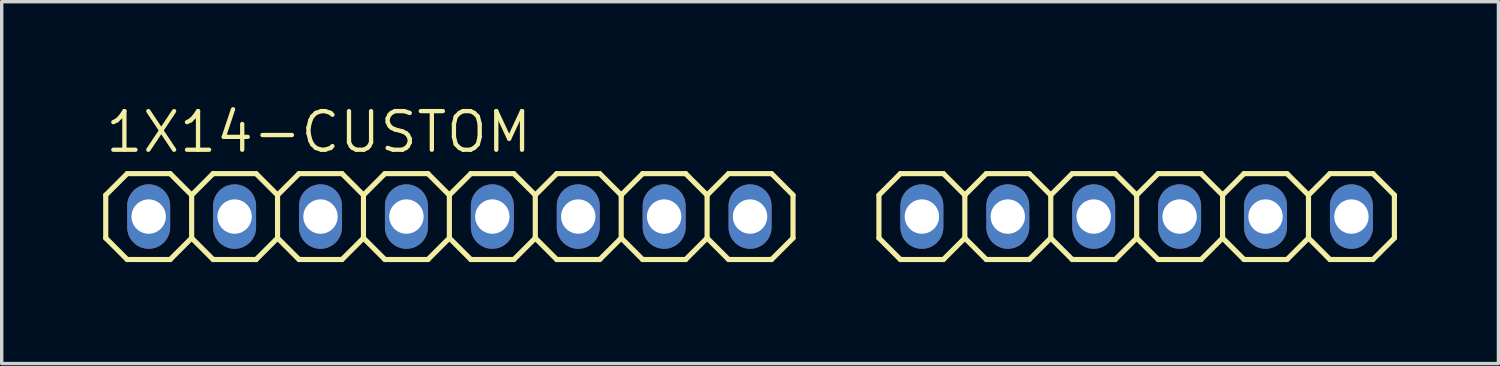
<source format=kicad_pcb>
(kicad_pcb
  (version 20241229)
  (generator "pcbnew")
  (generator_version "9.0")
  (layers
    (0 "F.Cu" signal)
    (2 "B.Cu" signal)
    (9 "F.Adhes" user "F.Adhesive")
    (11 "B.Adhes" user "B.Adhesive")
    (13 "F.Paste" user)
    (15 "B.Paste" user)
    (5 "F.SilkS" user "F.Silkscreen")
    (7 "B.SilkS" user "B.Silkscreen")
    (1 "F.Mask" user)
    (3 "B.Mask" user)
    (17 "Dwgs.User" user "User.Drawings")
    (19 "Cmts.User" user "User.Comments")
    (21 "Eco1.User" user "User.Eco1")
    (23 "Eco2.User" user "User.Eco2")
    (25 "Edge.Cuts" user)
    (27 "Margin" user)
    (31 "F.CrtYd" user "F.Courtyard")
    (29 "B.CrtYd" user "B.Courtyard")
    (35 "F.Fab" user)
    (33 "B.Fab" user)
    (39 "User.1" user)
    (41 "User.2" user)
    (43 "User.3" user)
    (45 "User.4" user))
  (footprint "1X14-CUSTOM"
    (layer "F.Cu")
    (at 19.126 3.353)
    (property "Reference" "1X14-CUSTOM" (at -19.126 -1.829 0) (unlocked yes) (layer "F.SilkS") (effects (font (size 1.143 1.143) (thickness 0.127)) (justify left bottom)))
    (fp_line (start -19.05 -0.635) (end -19.05 0.635) (stroke (width 0.152) (type solid)) (layer "F.SilkS"))
    (fp_line (start -19.05 0.635) (end -18.415 1.27) (stroke (width 0.152) (type solid)) (layer "F.SilkS"))
    (fp_line (start -18.415 -1.27) (end -19.05 -0.635) (stroke (width 0.152) (type solid)) (layer "F.SilkS"))
    (fp_line (start -18.415 -1.27) (end -17.145 -1.27) (stroke (width 0.152) (type solid)) (layer "F.SilkS"))
    (fp_line (start -17.145 -1.27) (end -16.51 -0.635) (stroke (width 0.152) (type solid)) (layer "F.SilkS"))
    (fp_line (start -17.145 1.27) (end -18.415 1.27) (stroke (width 0.152) (type solid)) (layer "F.SilkS"))
    (fp_line (start -16.51 -0.635) (end -16.51 0.635) (stroke (width 0.152) (type solid)) (layer "F.SilkS"))
    (fp_line (start -16.51 -0.635) (end -15.875 -1.27) (stroke (width 0.152) (type solid)) (layer "F.SilkS"))
    (fp_line (start -16.51 0.635) (end -17.145 1.27) (stroke (width 0.152) (type solid)) (layer "F.SilkS"))
    (fp_line (start -15.875 -1.27) (end -14.605 -1.27) (stroke (width 0.152) (type solid)) (layer "F.SilkS"))
    (fp_line (start -15.875 1.27) (end -16.51 0.635) (stroke (width 0.152) (type solid)) (layer "F.SilkS"))
    (fp_line (start -14.605 -1.27) (end -13.97 -0.635) (stroke (width 0.152) (type solid)) (layer "F.SilkS"))
    (fp_line (start -14.605 1.27) (end -15.875 1.27) (stroke (width 0.152) (type solid)) (layer "F.SilkS"))
    (fp_line (start -13.97 -0.635) (end -13.97 0.635) (stroke (width 0.152) (type solid)) (layer "F.SilkS"))
    (fp_line (start -13.97 -0.635) (end -13.335 -1.27) (stroke (width 0.152) (type solid)) (layer "F.SilkS"))
    (fp_line (start -13.97 0.635) (end -14.605 1.27) (stroke (width 0.152) (type solid)) (layer "F.SilkS"))
    (fp_line (start -13.335 -1.27) (end -12.065 -1.27) (stroke (width 0.152) (type solid)) (layer "F.SilkS"))
    (fp_line (start -13.335 1.27) (end -13.97 0.635) (stroke (width 0.152) (type solid)) (layer "F.SilkS"))
    (fp_line (start -12.065 -1.27) (end -11.43 -0.635) (stroke (width 0.152) (type solid)) (layer "F.SilkS"))
    (fp_line (start -12.065 1.27) (end -13.335 1.27) (stroke (width 0.152) (type solid)) (layer "F.SilkS"))
    (fp_line (start -11.43 -0.635) (end -11.43 0.635) (stroke (width 0.152) (type solid)) (layer "F.SilkS"))
    (fp_line (start -11.43 0.635) (end -12.065 1.27) (stroke (width 0.152) (type solid)) (layer "F.SilkS"))
    (fp_line (start -11.43 0.635) (end -10.795 1.27) (stroke (width 0.152) (type solid)) (layer "F.SilkS"))
    (fp_line (start -10.795 -1.27) (end -11.43 -0.635) (stroke (width 0.152) (type solid)) (layer "F.SilkS"))
    (fp_line (start -10.795 -1.27) (end -9.525 -1.27) (stroke (width 0.152) (type solid)) (layer "F.SilkS"))
    (fp_line (start -9.525 -1.27) (end -8.89 -0.635) (stroke (width 0.152) (type solid)) (layer "F.SilkS"))
    (fp_line (start -9.525 1.27) (end -10.795 1.27) (stroke (width 0.152) (type solid)) (layer "F.SilkS"))
    (fp_line (start -8.89 -0.635) (end -8.89 0.635) (stroke (width 0.152) (type solid)) (layer "F.SilkS"))
    (fp_line (start -8.89 -0.635) (end -8.255 -1.27) (stroke (width 0.152) (type solid)) (layer "F.SilkS"))
    (fp_line (start -8.89 0.635) (end -9.525 1.27) (stroke (width 0.152) (type solid)) (layer "F.SilkS"))
    (fp_line (start -8.255 -1.27) (end -6.985 -1.27) (stroke (width 0.152) (type solid)) (layer "F.SilkS"))
    (fp_line (start -8.255 1.27) (end -8.89 0.635) (stroke (width 0.152) (type solid)) (layer "F.SilkS"))
    (fp_line (start -6.985 -1.27) (end -6.35 -0.635) (stroke (width 0.152) (type solid)) (layer "F.SilkS"))
    (fp_line (start -6.985 1.27) (end -8.255 1.27) (stroke (width 0.152) (type solid)) (layer "F.SilkS"))
    (fp_line (start -6.35 -0.635) (end -6.35 0.635) (stroke (width 0.152) (type solid)) (layer "F.SilkS"))
    (fp_line (start -6.35 -0.635) (end -5.715 -1.27) (stroke (width 0.152) (type solid)) (layer "F.SilkS"))
    (fp_line (start -6.35 0.635) (end -6.985 1.27) (stroke (width 0.152) (type solid)) (layer "F.SilkS"))
    (fp_line (start -5.715 -1.27) (end -4.445 -1.27) (stroke (width 0.152) (type solid)) (layer "F.SilkS"))
    (fp_line (start -5.715 1.27) (end -6.35 0.635) (stroke (width 0.152) (type solid)) (layer "F.SilkS"))
    (fp_line (start -4.445 -1.27) (end -3.81 -0.635) (stroke (width 0.152) (type solid)) (layer "F.SilkS"))
    (fp_line (start -4.445 1.27) (end -5.715 1.27) (stroke (width 0.152) (type solid)) (layer "F.SilkS"))
    (fp_line (start -3.81 -0.635) (end -3.81 0.635) (stroke (width 0.152) (type solid)) (layer "F.SilkS"))
    (fp_line (start -3.81 0.635) (end -4.445 1.27) (stroke (width 0.152) (type solid)) (layer "F.SilkS"))
    (fp_line (start -3.81 0.635) (end -3.175 1.27) (stroke (width 0.152) (type solid)) (layer "F.SilkS"))
    (fp_line (start -3.175 -1.27) (end -3.81 -0.635) (stroke (width 0.152) (type solid)) (layer "F.SilkS"))
    (fp_line (start -3.175 -1.27) (end -1.905 -1.27) (stroke (width 0.152) (type solid)) (layer "F.SilkS"))
    (fp_line (start -1.905 -1.27) (end -1.27 -0.635) (stroke (width 0.152) (type solid)) (layer "F.SilkS"))
    (fp_line (start -1.905 1.27) (end -3.175 1.27) (stroke (width 0.152) (type solid)) (layer "F.SilkS"))
    (fp_line (start -1.27 -0.635) (end -1.27 0.635) (stroke (width 0.152) (type solid)) (layer "F.SilkS"))
    (fp_line (start -1.27 -0.635) (end -0.635 -1.27) (stroke (width 0.152) (type solid)) (layer "F.SilkS"))
    (fp_line (start -1.27 0.635) (end -1.905 1.27) (stroke (width 0.152) (type solid)) (layer "F.SilkS"))
    (fp_line (start -0.635 -1.27) (end 0.635 -1.27) (stroke (width 0.152) (type solid)) (layer "F.SilkS"))
    (fp_line (start -0.635 1.27) (end -1.27 0.635) (stroke (width 0.152) (type solid)) (layer "F.SilkS"))
    (fp_line (start 0.635 -1.27) (end 1.27 -0.635) (stroke (width 0.152) (type solid)) (layer "F.SilkS"))
    (fp_line (start 0.635 1.27) (end -0.635 1.27) (stroke (width 0.152) (type solid)) (layer "F.SilkS"))
    (fp_line (start 1.27 -0.635) (end 1.27 0.635) (stroke (width 0.152) (type solid)) (layer "F.SilkS"))
    (fp_line (start 1.27 0.635) (end 0.635 1.27) (stroke (width 0.152) (type solid)) (layer "F.SilkS"))
    (fp_line (start 3.81 -0.635) (end 3.81 0.635) (stroke (width 0.152) (type solid)) (layer "F.SilkS"))
    (fp_line (start 3.81 -0.635) (end 4.445 -1.27) (stroke (width 0.152) (type solid)) (layer "F.SilkS"))
    (fp_line (start 4.445 -1.27) (end 5.715 -1.27) (stroke (width 0.152) (type solid)) (layer "F.SilkS"))
    (fp_line (start 4.445 1.27) (end 3.81 0.635) (stroke (width 0.152) (type solid)) (layer "F.SilkS"))
    (fp_line (start 5.715 -1.27) (end 6.35 -0.635) (stroke (width 0.152) (type solid)) (layer "F.SilkS"))
    (fp_line (start 5.715 1.27) (end 4.445 1.27) (stroke (width 0.152) (type solid)) (layer "F.SilkS"))
    (fp_line (start 6.35 -0.635) (end 6.35 0.635) (stroke (width 0.152) (type solid)) (layer "F.SilkS"))
    (fp_line (start 6.35 0.635) (end 5.715 1.27) (stroke (width 0.152) (type solid)) (layer "F.SilkS"))
    (fp_line (start 6.35 0.635) (end 6.985 1.27) (stroke (width 0.152) (type solid)) (layer "F.SilkS"))
    (fp_line (start 6.985 -1.27) (end 6.35 -0.635) (stroke (width 0.152) (type solid)) (layer "F.SilkS"))
    (fp_line (start 6.985 -1.27) (end 8.255 -1.27) (stroke (width 0.152) (type solid)) (layer "F.SilkS"))
    (fp_line (start 8.255 -1.27) (end 8.89 -0.635) (stroke (width 0.152) (type solid)) (layer "F.SilkS"))
    (fp_line (start 8.255 1.27) (end 6.985 1.27) (stroke (width 0.152) (type solid)) (layer "F.SilkS"))
    (fp_line (start 8.89 -0.635) (end 8.89 0.635) (stroke (width 0.152) (type solid)) (layer "F.SilkS"))
    (fp_line (start 8.89 -0.635) (end 9.525 -1.27) (stroke (width 0.152) (type solid)) (layer "F.SilkS"))
    (fp_line (start 8.89 0.635) (end 8.255 1.27) (stroke (width 0.152) (type solid)) (layer "F.SilkS"))
    (fp_line (start 9.525 -1.27) (end 10.795 -1.27) (stroke (width 0.152) (type solid)) (layer "F.SilkS"))
    (fp_line (start 9.525 1.27) (end 8.89 0.635) (stroke (width 0.152) (type solid)) (layer "F.SilkS"))
    (fp_line (start 10.795 -1.27) (end 11.43 -0.635) (stroke (width 0.152) (type solid)) (layer "F.SilkS"))
    (fp_line (start 10.795 1.27) (end 9.525 1.27) (stroke (width 0.152) (type solid)) (layer "F.SilkS"))
    (fp_line (start 11.43 -0.635) (end 11.43 0.635) (stroke (width 0.152) (type solid)) (layer "F.SilkS"))
    (fp_line (start 11.43 -0.635) (end 12.065 -1.27) (stroke (width 0.152) (type solid)) (layer "F.SilkS"))
    (fp_line (start 11.43 0.635) (end 10.795 1.27) (stroke (width 0.152) (type solid)) (layer "F.SilkS"))
    (fp_line (start 12.065 -1.27) (end 13.335 -1.27) (stroke (width 0.152) (type solid)) (layer "F.SilkS"))
    (fp_line (start 12.065 1.27) (end 11.43 0.635) (stroke (width 0.152) (type solid)) (layer "F.SilkS"))
    (fp_line (start 13.335 -1.27) (end 13.97 -0.635) (stroke (width 0.152) (type solid)) (layer "F.SilkS"))
    (fp_line (start 13.335 1.27) (end 12.065 1.27) (stroke (width 0.152) (type solid)) (layer "F.SilkS"))
    (fp_line (start 13.97 -0.635) (end 13.97 0.635) (stroke (width 0.152) (type solid)) (layer "F.SilkS"))
    (fp_line (start 13.97 0.635) (end 13.335 1.27) (stroke (width 0.152) (type solid)) (layer "F.SilkS"))
    (fp_line (start 13.97 0.635) (end 14.605 1.27) (stroke (width 0.152) (type solid)) (layer "F.SilkS"))
    (fp_line (start 14.605 -1.27) (end 13.97 -0.635) (stroke (width 0.152) (type solid)) (layer "F.SilkS"))
    (fp_line (start 14.605 -1.27) (end 15.875 -1.27) (stroke (width 0.152) (type solid)) (layer "F.SilkS"))
    (fp_line (start 15.875 -1.27) (end 16.51 -0.635) (stroke (width 0.152) (type solid)) (layer "F.SilkS"))
    (fp_line (start 15.875 1.27) (end 14.605 1.27) (stroke (width 0.152) (type solid)) (layer "F.SilkS"))
    (fp_line (start 16.51 -0.635) (end 16.51 0.635) (stroke (width 0.152) (type solid)) (layer "F.SilkS"))
    (fp_line (start 16.51 -0.635) (end 17.145 -1.27) (stroke (width 0.152) (type solid)) (layer "F.SilkS"))
    (fp_line (start 16.51 0.635) (end 15.875 1.27) (stroke (width 0.152) (type solid)) (layer "F.SilkS"))
    (fp_line (start 17.145 -1.27) (end 18.415 -1.27) (stroke (width 0.152) (type solid)) (layer "F.SilkS"))
    (fp_line (start 17.145 1.27) (end 16.51 0.635) (stroke (width 0.152) (type solid)) (layer "F.SilkS"))
    (fp_line (start 18.415 -1.27) (end 19.05 -0.635) (stroke (width 0.152) (type solid)) (layer "F.SilkS"))
    (fp_line (start 18.415 1.27) (end 17.145 1.27) (stroke (width 0.152) (type solid)) (layer "F.SilkS"))
    (fp_line (start 19.05 -0.635) (end 19.05 0.635) (stroke (width 0.152) (type solid)) (layer "F.SilkS"))
    (fp_line (start 19.05 0.635) (end 18.415 1.27) (stroke (width 0.152) (type solid)) (layer "F.SilkS"))
    (fp_poly (pts (xy -18.034 0.254) (xy -17.526 0.254) (xy -17.526 -0.254) (xy -18.034 -0.254)) (stroke (width 0.1) (type default)) (fill no) (layer "F.Fab"))
    (fp_poly (pts (xy -15.494 0.254) (xy -14.986 0.254) (xy -14.986 -0.254) (xy -15.494 -0.254)) (stroke (width 0.1) (type default)) (fill no) (layer "F.Fab"))
    (fp_poly (pts (xy -12.954 0.254) (xy -12.446 0.254) (xy -12.446 -0.254) (xy -12.954 -0.254)) (stroke (width 0.1) (type default)) (fill no) (layer "F.Fab"))
    (fp_poly (pts (xy -10.414 0.254) (xy -9.906 0.254) (xy -9.906 -0.254) (xy -10.414 -0.254)) (stroke (width 0.1) (type default)) (fill no) (layer "F.Fab"))
    (fp_poly (pts (xy -7.874 0.254) (xy -7.366 0.254) (xy -7.366 -0.254) (xy -7.874 -0.254)) (stroke (width 0.1) (type default)) (fill no) (layer "F.Fab"))
    (fp_poly (pts (xy -5.334 0.254) (xy -4.826 0.254) (xy -4.826 -0.254) (xy -5.334 -0.254)) (stroke (width 0.1) (type default)) (fill no) (layer "F.Fab"))
    (fp_poly (pts (xy -2.794 0.254) (xy -2.286 0.254) (xy -2.286 -0.254) (xy -2.794 -0.254)) (stroke (width 0.1) (type default)) (fill no) (layer "F.Fab"))
    (fp_poly (pts (xy -0.254 0.254) (xy 0.254 0.254) (xy 0.254 -0.254) (xy -0.254 -0.254)) (stroke (width 0.1) (type default)) (fill no) (layer "F.Fab"))
    (fp_poly (pts (xy 4.826 0.254) (xy 5.334 0.254) (xy 5.334 -0.254) (xy 4.826 -0.254)) (stroke (width 0.1) (type default)) (fill no) (layer "F.Fab"))
    (fp_poly (pts (xy 7.366 0.254) (xy 7.874 0.254) (xy 7.874 -0.254) (xy 7.366 -0.254)) (stroke (width 0.1) (type default)) (fill no) (layer "F.Fab"))
    (fp_poly (pts (xy 9.906 0.254) (xy 10.414 0.254) (xy 10.414 -0.254) (xy 9.906 -0.254)) (stroke (width 0.1) (type default)) (fill no) (layer "F.Fab"))
    (fp_poly (pts (xy 12.446 0.254) (xy 12.954 0.254) (xy 12.954 -0.254) (xy 12.446 -0.254)) (stroke (width 0.1) (type default)) (fill no) (layer "F.Fab"))
    (fp_poly (pts (xy 14.986 0.254) (xy 15.494 0.254) (xy 15.494 -0.254) (xy 14.986 -0.254)) (stroke (width 0.1) (type default)) (fill no) (layer "F.Fab"))
    (fp_poly (pts (xy 17.526 0.254) (xy 18.034 0.254) (xy 18.034 -0.254) (xy 17.526 -0.254)) (stroke (width 0.1) (type default)) (fill no) (layer "F.Fab"))
    (pad "1" thru_hole oval (at -17.78 0 90) (size 1.905 1.27) (drill 1.016) (layers "*.Cu" "*.Mask"))
    (pad "2" thru_hole oval (at -15.24 0 90) (size 1.905 1.27) (drill 1.016) (layers "*.Cu" "*.Mask"))
    (pad "3" thru_hole oval (at -12.7 0 90) (size 1.905 1.27) (drill 1.016) (layers "*.Cu" "*.Mask"))
    (pad "4" thru_hole oval (at -10.16 0 90) (size 1.905 1.27) (drill 1.016) (layers "*.Cu" "*.Mask"))
    (pad "5" thru_hole oval (at -7.62 0 90) (size 1.905 1.27) (drill 1.016) (layers "*.Cu" "*.Mask"))
    (pad "6" thru_hole oval (at -5.08 0 90) (size 1.905 1.27) (drill 1.016) (layers "*.Cu" "*.Mask"))
    (pad "7" thru_hole oval (at -2.54 0 90) (size 1.905 1.27) (drill 1.016) (layers "*.Cu" "*.Mask"))
    (pad "8" thru_hole oval (at 0 0 90) (size 1.905 1.27) (drill 1.016) (layers "*.Cu" "*.Mask"))
    (pad "9" thru_hole oval (at 5.08 0 90) (size 1.905 1.27) (drill 1.016) (layers "*.Cu" "*.Mask"))
    (pad "10" thru_hole oval (at 7.62 0 90) (size 1.905 1.27) (drill 1.016) (layers "*.Cu" "*.Mask"))
    (pad "11" thru_hole oval (at 10.16 0 90) (size 1.905 1.27) (drill 1.016) (layers "*.Cu" "*.Mask"))
    (pad "12" thru_hole oval (at 12.7 0 90) (size 1.905 1.27) (drill 1.016) (layers "*.Cu" "*.Mask"))
    (pad "13" thru_hole oval (at 15.24 0 90) (size 1.905 1.27) (drill 1.016) (layers "*.Cu" "*.Mask"))
    (pad "14" thru_hole oval (at 17.78 0 90) (size 1.905 1.27) (drill 1.016) (layers "*.Cu" "*.Mask")))
  (gr_rect
    (start -3 -3)
    (end 41.252 7.699)
    (stroke (width 0.1) (type default))
    (fill no)
    (layer "Edge.Cuts")))
</source>
